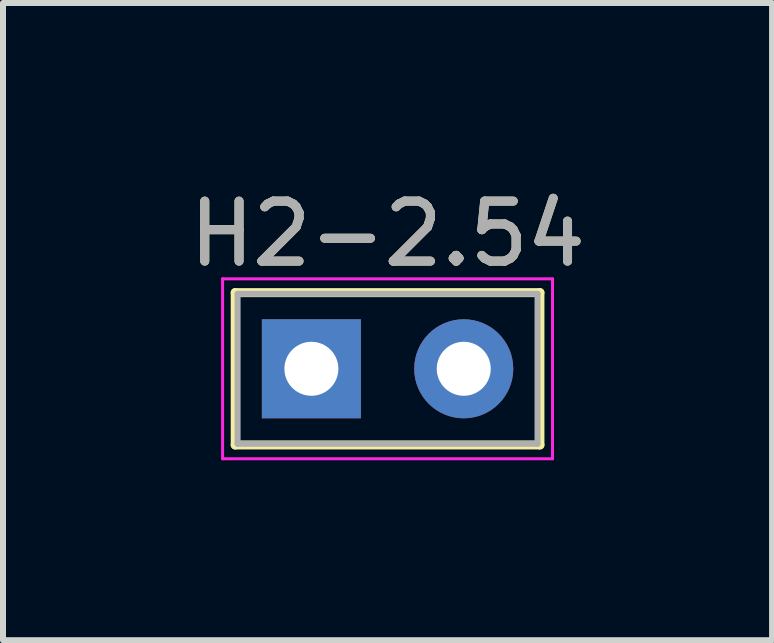
<source format=kicad_pcb>
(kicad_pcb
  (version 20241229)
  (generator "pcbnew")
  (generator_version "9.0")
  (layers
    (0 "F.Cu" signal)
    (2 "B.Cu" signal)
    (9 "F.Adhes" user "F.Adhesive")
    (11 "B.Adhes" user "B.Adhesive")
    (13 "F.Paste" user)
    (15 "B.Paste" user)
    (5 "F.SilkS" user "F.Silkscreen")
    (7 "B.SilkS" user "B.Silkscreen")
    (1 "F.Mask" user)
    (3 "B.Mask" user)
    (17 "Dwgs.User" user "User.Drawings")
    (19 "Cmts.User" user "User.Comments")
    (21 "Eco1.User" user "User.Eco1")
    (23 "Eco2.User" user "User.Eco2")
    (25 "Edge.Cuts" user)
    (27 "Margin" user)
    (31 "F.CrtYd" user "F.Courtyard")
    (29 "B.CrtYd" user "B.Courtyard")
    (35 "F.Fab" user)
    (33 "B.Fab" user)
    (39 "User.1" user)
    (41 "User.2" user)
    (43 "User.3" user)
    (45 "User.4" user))
  (footprint "H2-2.54"
    (layer "F.Cu")
    (at 3.411 3.098)
    (property "Reference" "H2-2.54" (at 0 -2.25 180) (layer "F.SilkS") (effects (font (size 1 1) (thickness 0.15))))
    (attr exclude_from_pos_files exclude_from_bom)
    (fp_line (start -2.54 -1.27) (end 2.54 -1.27) (stroke (width 0.15) (type solid)) (layer "F.SilkS"))
    (fp_line (start -2.54 1.27) (end -2.54 -1.27) (stroke (width 0.15) (type solid)) (layer "F.SilkS"))
    (fp_line (start 2.54 -1.27) (end 2.54 1.27) (stroke (width 0.15) (type solid)) (layer "F.SilkS"))
    (fp_line (start 2.54 1.27) (end -2.54 1.27) (stroke (width 0.15) (type solid)) (layer "F.SilkS"))
    (fp_line (start -2.75 -1.5) (end -2.75 1.5) (stroke (width 0.05) (type solid)) (layer "F.CrtYd"))
    (fp_line (start -2.75 1.5) (end 2.75 1.5) (stroke (width 0.05) (type solid)) (layer "F.CrtYd"))
    (fp_line (start 2.75 -1.5) (end -2.75 -1.5) (stroke (width 0.05) (type solid)) (layer "F.CrtYd"))
    (fp_line (start 2.75 1.5) (end 2.75 -1.5) (stroke (width 0.05) (type solid)) (layer "F.CrtYd"))
    (fp_line (start -2.5 1.25) (end -2.5 -1.25) (stroke (width 0.1) (type solid)) (layer "F.Fab"))
    (fp_line (start 2.5 -1.25) (end -2.5 -1.25) (stroke (width 0.1) (type solid)) (layer "F.Fab"))
    (fp_line (start 2.5 1.25) (end -2.5 1.25) (stroke (width 0.1) (type solid)) (layer "F.Fab"))
    (fp_line (start 2.5 1.25) (end 2.5 -1.25) (stroke (width 0.1) (type solid)) (layer "F.Fab"))
    (fp_text user "${REFERENCE}" (at 0 -2.25 0) (layer "F.Fab") (effects (font (size 1 1) (thickness 0.15))))
    (pad "1" thru_hole rect (at -1.27 0 90) (size 1.651 1.651) (drill 0.9) (layers "*.Cu" "*.Mask"))
    (pad "2" thru_hole circle (at 1.27 0 90) (size 1.651 1.651) (drill 0.9) (layers "*.Cu" "*.Mask")))
  (gr_rect
    (start -3 -3)
    (end 9.821 7.623)
    (stroke (width 0.1) (type default))
    (fill no)
    (layer "Edge.Cuts")))
</source>
